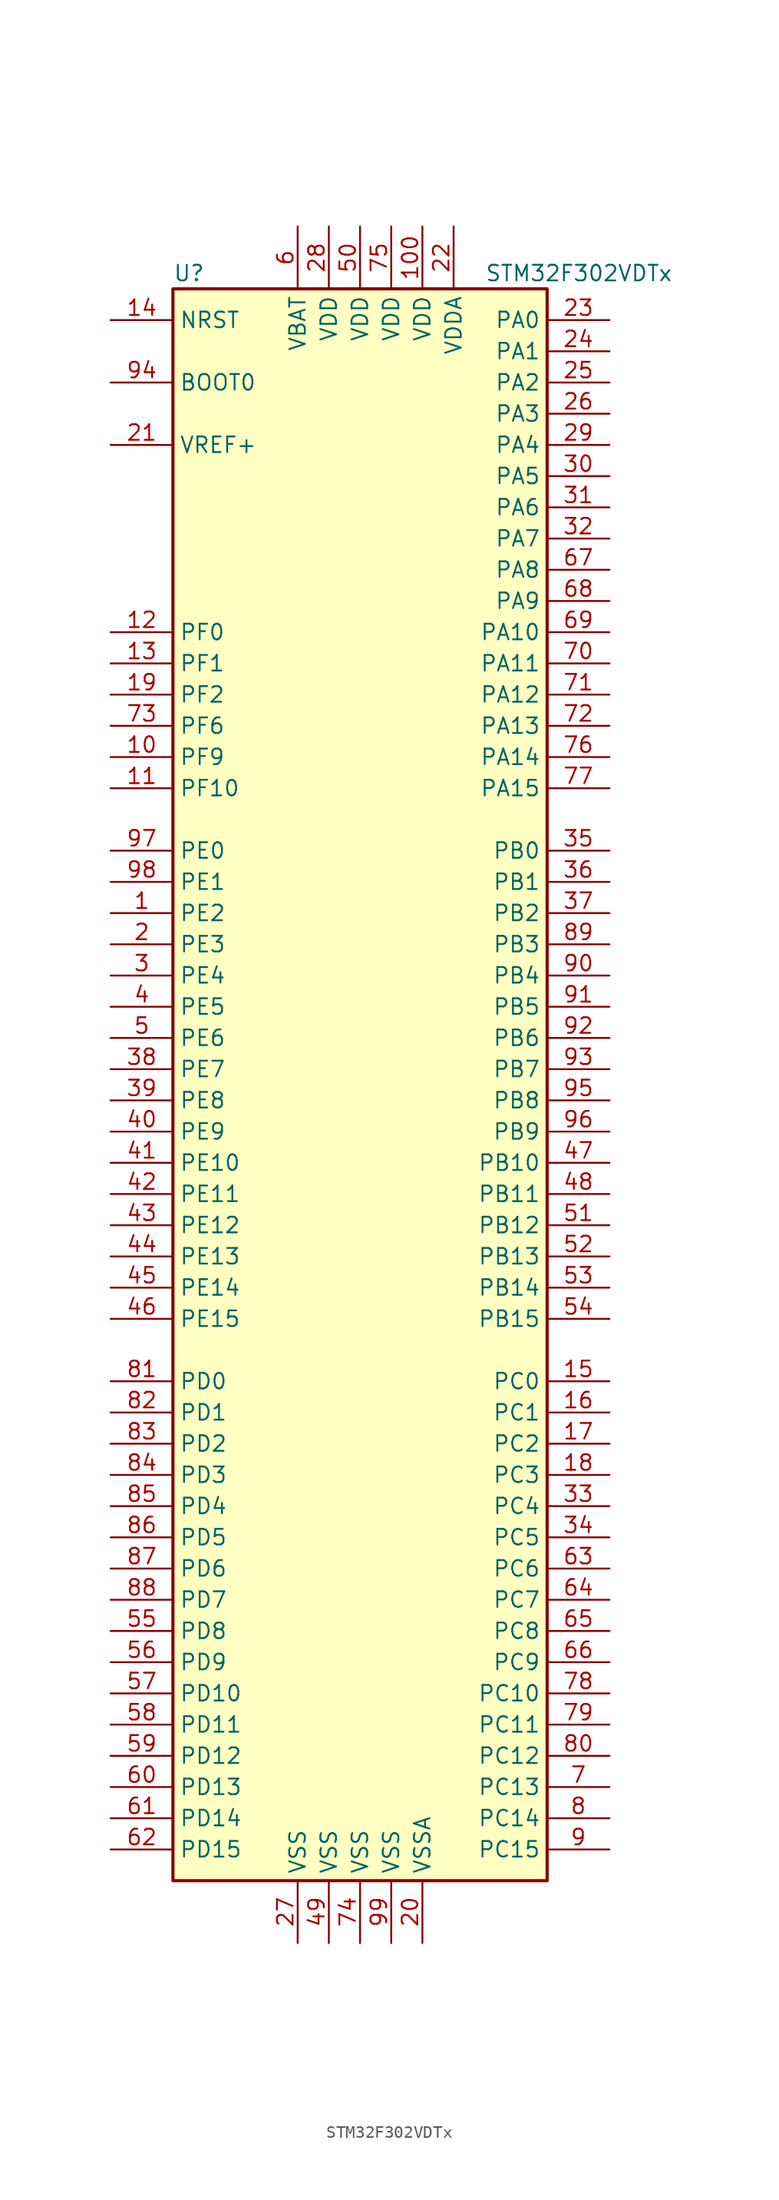
<source format=kicad_sym>
(kicad_symbol_lib
  (version 20211014)
  (generator kicad_symbol_editor)
  (symbol "STM32F302VDTx"
    (property "Reference" "U"
      (at -15.24 64.77 0)
      (effects (font (size 1.27 1.27)) (justify left)))
    (property "Value" "STM32F302VDTx"
      (at 10.16 64.77 0)
      (effects (font (size 1.27 1.27)) (justify left)))
    (symbol "STM32F302VDTx_0_1"
      (rectangle (start -15.24 -66.04) (end 15.24 63.5) (stroke (width 0.254) (type default) (color 0 0 0 0)) (fill (type background))))
    (symbol "STM32F302VDTx_1_1"
      (pin bidirectional line (at -20.32 12.7 0) (length 5.08) (name "PE2" (effects (font (size 1.27 1.27)))) (number "1" (effects (font (size 1.27 1.27)))))
      (pin bidirectional line (at -20.32 25.4 0) (length 5.08) (name "PF9" (effects (font (size 1.27 1.27)))) (number "10" (effects (font (size 1.27 1.27)))))
      (pin power_in line (at 5.08 68.58 270) (length 5.08) (name "VDD" (effects (font (size 1.27 1.27)))) (number "100" (effects (font (size 1.27 1.27)))))
      (pin bidirectional line (at -20.32 22.86 0) (length 5.08) (name "PF10" (effects (font (size 1.27 1.27)))) (number "11" (effects (font (size 1.27 1.27)))))
      (pin input line (at -20.32 35.56 0) (length 5.08) (name "PF0" (effects (font (size 1.27 1.27)))) (number "12" (effects (font (size 1.27 1.27)))))
      (pin input line (at -20.32 33.02 0) (length 5.08) (name "PF1" (effects (font (size 1.27 1.27)))) (number "13" (effects (font (size 1.27 1.27)))))
      (pin input line (at -20.32 60.96 0) (length 5.08) (name "NRST" (effects (font (size 1.27 1.27)))) (number "14" (effects (font (size 1.27 1.27)))))
      (pin bidirectional line (at 20.32 -25.4 180) (length 5.08) (name "PC0" (effects (font (size 1.27 1.27)))) (number "15" (effects (font (size 1.27 1.27)))))
      (pin bidirectional line (at 20.32 -27.94 180) (length 5.08) (name "PC1" (effects (font (size 1.27 1.27)))) (number "16" (effects (font (size 1.27 1.27)))))
      (pin bidirectional line (at 20.32 -30.48 180) (length 5.08) (name "PC2" (effects (font (size 1.27 1.27)))) (number "17" (effects (font (size 1.27 1.27)))))
      (pin bidirectional line (at 20.32 -33.02 180) (length 5.08) (name "PC3" (effects (font (size 1.27 1.27)))) (number "18" (effects (font (size 1.27 1.27)))))
      (pin bidirectional line (at -20.32 30.48 0) (length 5.08) (name "PF2" (effects (font (size 1.27 1.27)))) (number "19" (effects (font (size 1.27 1.27)))))
      (pin bidirectional line (at -20.32 10.16 0) (length 5.08) (name "PE3" (effects (font (size 1.27 1.27)))) (number "2" (effects (font (size 1.27 1.27)))))
      (pin power_in line (at 5.08 -71.12 90) (length 5.08) (name "VSSA" (effects (font (size 1.27 1.27)))) (number "20" (effects (font (size 1.27 1.27)))))
      (pin power_in line (at -20.32 50.8 0) (length 5.08) (name "VREF+" (effects (font (size 1.27 1.27)))) (number "21" (effects (font (size 1.27 1.27)))))
      (pin power_in line (at 7.62 68.58 270) (length 5.08) (name "VDDA" (effects (font (size 1.27 1.27)))) (number "22" (effects (font (size 1.27 1.27)))))
      (pin bidirectional line (at 20.32 60.96 180) (length 5.08) (name "PA0" (effects (font (size 1.27 1.27)))) (number "23" (effects (font (size 1.27 1.27)))))
      (pin bidirectional line (at 20.32 58.42 180) (length 5.08) (name "PA1" (effects (font (size 1.27 1.27)))) (number "24" (effects (font (size 1.27 1.27)))))
      (pin bidirectional line (at 20.32 55.88 180) (length 5.08) (name "PA2" (effects (font (size 1.27 1.27)))) (number "25" (effects (font (size 1.27 1.27)))))
      (pin bidirectional line (at 20.32 53.34 180) (length 5.08) (name "PA3" (effects (font (size 1.27 1.27)))) (number "26" (effects (font (size 1.27 1.27)))))
      (pin power_in line (at -5.08 -71.12 90) (length 5.08) (name "VSS" (effects (font (size 1.27 1.27)))) (number "27" (effects (font (size 1.27 1.27)))))
      (pin power_in line (at -2.54 68.58 270) (length 5.08) (name "VDD" (effects (font (size 1.27 1.27)))) (number "28" (effects (font (size 1.27 1.27)))))
      (pin bidirectional line (at 20.32 50.8 180) (length 5.08) (name "PA4" (effects (font (size 1.27 1.27)))) (number "29" (effects (font (size 1.27 1.27)))))
      (pin bidirectional line (at -20.32 7.62 0) (length 5.08) (name "PE4" (effects (font (size 1.27 1.27)))) (number "3" (effects (font (size 1.27 1.27)))))
      (pin bidirectional line (at 20.32 48.26 180) (length 5.08) (name "PA5" (effects (font (size 1.27 1.27)))) (number "30" (effects (font (size 1.27 1.27)))))
      (pin bidirectional line (at 20.32 45.72 180) (length 5.08) (name "PA6" (effects (font (size 1.27 1.27)))) (number "31" (effects (font (size 1.27 1.27)))))
      (pin bidirectional line (at 20.32 43.18 180) (length 5.08) (name "PA7" (effects (font (size 1.27 1.27)))) (number "32" (effects (font (size 1.27 1.27)))))
      (pin bidirectional line (at 20.32 -35.56 180) (length 5.08) (name "PC4" (effects (font (size 1.27 1.27)))) (number "33" (effects (font (size 1.27 1.27)))))
      (pin bidirectional line (at 20.32 -38.1 180) (length 5.08) (name "PC5" (effects (font (size 1.27 1.27)))) (number "34" (effects (font (size 1.27 1.27)))))
      (pin bidirectional line (at 20.32 17.78 180) (length 5.08) (name "PB0" (effects (font (size 1.27 1.27)))) (number "35" (effects (font (size 1.27 1.27)))))
      (pin bidirectional line (at 20.32 15.24 180) (length 5.08) (name "PB1" (effects (font (size 1.27 1.27)))) (number "36" (effects (font (size 1.27 1.27)))))
      (pin bidirectional line (at 20.32 12.7 180) (length 5.08) (name "PB2" (effects (font (size 1.27 1.27)))) (number "37" (effects (font (size 1.27 1.27)))))
      (pin bidirectional line (at -20.32 0 0) (length 5.08) (name "PE7" (effects (font (size 1.27 1.27)))) (number "38" (effects (font (size 1.27 1.27)))))
      (pin bidirectional line (at -20.32 -2.54 0) (length 5.08) (name "PE8" (effects (font (size 1.27 1.27)))) (number "39" (effects (font (size 1.27 1.27)))))
      (pin bidirectional line (at -20.32 5.08 0) (length 5.08) (name "PE5" (effects (font (size 1.27 1.27)))) (number "4" (effects (font (size 1.27 1.27)))))
      (pin bidirectional line (at -20.32 -5.08 0) (length 5.08) (name "PE9" (effects (font (size 1.27 1.27)))) (number "40" (effects (font (size 1.27 1.27)))))
      (pin bidirectional line (at -20.32 -7.62 0) (length 5.08) (name "PE10" (effects (font (size 1.27 1.27)))) (number "41" (effects (font (size 1.27 1.27)))))
      (pin bidirectional line (at -20.32 -10.16 0) (length 5.08) (name "PE11" (effects (font (size 1.27 1.27)))) (number "42" (effects (font (size 1.27 1.27)))))
      (pin bidirectional line (at -20.32 -12.7 0) (length 5.08) (name "PE12" (effects (font (size 1.27 1.27)))) (number "43" (effects (font (size 1.27 1.27)))))
      (pin bidirectional line (at -20.32 -15.24 0) (length 5.08) (name "PE13" (effects (font (size 1.27 1.27)))) (number "44" (effects (font (size 1.27 1.27)))))
      (pin bidirectional line (at -20.32 -17.78 0) (length 5.08) (name "PE14" (effects (font (size 1.27 1.27)))) (number "45" (effects (font (size 1.27 1.27)))))
      (pin bidirectional line (at -20.32 -20.32 0) (length 5.08) (name "PE15" (effects (font (size 1.27 1.27)))) (number "46" (effects (font (size 1.27 1.27)))))
      (pin bidirectional line (at 20.32 -7.62 180) (length 5.08) (name "PB10" (effects (font (size 1.27 1.27)))) (number "47" (effects (font (size 1.27 1.27)))))
      (pin bidirectional line (at 20.32 -10.16 180) (length 5.08) (name "PB11" (effects (font (size 1.27 1.27)))) (number "48" (effects (font (size 1.27 1.27)))))
      (pin power_in line (at -2.54 -71.12 90) (length 5.08) (name "VSS" (effects (font (size 1.27 1.27)))) (number "49" (effects (font (size 1.27 1.27)))))
      (pin bidirectional line (at -20.32 2.54 0) (length 5.08) (name "PE6" (effects (font (size 1.27 1.27)))) (number "5" (effects (font (size 1.27 1.27)))))
      (pin power_in line (at 0 68.58 270) (length 5.08) (name "VDD" (effects (font (size 1.27 1.27)))) (number "50" (effects (font (size 1.27 1.27)))))
      (pin bidirectional line (at 20.32 -12.7 180) (length 5.08) (name "PB12" (effects (font (size 1.27 1.27)))) (number "51" (effects (font (size 1.27 1.27)))))
      (pin bidirectional line (at 20.32 -15.24 180) (length 5.08) (name "PB13" (effects (font (size 1.27 1.27)))) (number "52" (effects (font (size 1.27 1.27)))))
      (pin bidirectional line (at 20.32 -17.78 180) (length 5.08) (name "PB14" (effects (font (size 1.27 1.27)))) (number "53" (effects (font (size 1.27 1.27)))))
      (pin bidirectional line (at 20.32 -20.32 180) (length 5.08) (name "PB15" (effects (font (size 1.27 1.27)))) (number "54" (effects (font (size 1.27 1.27)))))
      (pin bidirectional line (at -20.32 -45.72 0) (length 5.08) (name "PD8" (effects (font (size 1.27 1.27)))) (number "55" (effects (font (size 1.27 1.27)))))
      (pin bidirectional line (at -20.32 -48.26 0) (length 5.08) (name "PD9" (effects (font (size 1.27 1.27)))) (number "56" (effects (font (size 1.27 1.27)))))
      (pin bidirectional line (at -20.32 -50.8 0) (length 5.08) (name "PD10" (effects (font (size 1.27 1.27)))) (number "57" (effects (font (size 1.27 1.27)))))
      (pin bidirectional line (at -20.32 -53.34 0) (length 5.08) (name "PD11" (effects (font (size 1.27 1.27)))) (number "58" (effects (font (size 1.27 1.27)))))
      (pin bidirectional line (at -20.32 -55.88 0) (length 5.08) (name "PD12" (effects (font (size 1.27 1.27)))) (number "59" (effects (font (size 1.27 1.27)))))
      (pin power_in line (at -5.08 68.58 270) (length 5.08) (name "VBAT" (effects (font (size 1.27 1.27)))) (number "6" (effects (font (size 1.27 1.27)))))
      (pin bidirectional line (at -20.32 -58.42 0) (length 5.08) (name "PD13" (effects (font (size 1.27 1.27)))) (number "60" (effects (font (size 1.27 1.27)))))
      (pin bidirectional line (at -20.32 -60.96 0) (length 5.08) (name "PD14" (effects (font (size 1.27 1.27)))) (number "61" (effects (font (size 1.27 1.27)))))
      (pin bidirectional line (at -20.32 -63.5 0) (length 5.08) (name "PD15" (effects (font (size 1.27 1.27)))) (number "62" (effects (font (size 1.27 1.27)))))
      (pin bidirectional line (at 20.32 -40.64 180) (length 5.08) (name "PC6" (effects (font (size 1.27 1.27)))) (number "63" (effects (font (size 1.27 1.27)))))
      (pin bidirectional line (at 20.32 -43.18 180) (length 5.08) (name "PC7" (effects (font (size 1.27 1.27)))) (number "64" (effects (font (size 1.27 1.27)))))
      (pin bidirectional line (at 20.32 -45.72 180) (length 5.08) (name "PC8" (effects (font (size 1.27 1.27)))) (number "65" (effects (font (size 1.27 1.27)))))
      (pin bidirectional line (at 20.32 -48.26 180) (length 5.08) (name "PC9" (effects (font (size 1.27 1.27)))) (number "66" (effects (font (size 1.27 1.27)))))
      (pin bidirectional line (at 20.32 40.64 180) (length 5.08) (name "PA8" (effects (font (size 1.27 1.27)))) (number "67" (effects (font (size 1.27 1.27)))))
      (pin bidirectional line (at 20.32 38.1 180) (length 5.08) (name "PA9" (effects (font (size 1.27 1.27)))) (number "68" (effects (font (size 1.27 1.27)))))
      (pin bidirectional line (at 20.32 35.56 180) (length 5.08) (name "PA10" (effects (font (size 1.27 1.27)))) (number "69" (effects (font (size 1.27 1.27)))))
      (pin bidirectional line (at 20.32 -58.42 180) (length 5.08) (name "PC13" (effects (font (size 1.27 1.27)))) (number "7" (effects (font (size 1.27 1.27)))))
      (pin bidirectional line (at 20.32 33.02 180) (length 5.08) (name "PA11" (effects (font (size 1.27 1.27)))) (number "70" (effects (font (size 1.27 1.27)))))
      (pin bidirectional line (at 20.32 30.48 180) (length 5.08) (name "PA12" (effects (font (size 1.27 1.27)))) (number "71" (effects (font (size 1.27 1.27)))))
      (pin bidirectional line (at 20.32 27.94 180) (length 5.08) (name "PA13" (effects (font (size 1.27 1.27)))) (number "72" (effects (font (size 1.27 1.27)))))
      (pin bidirectional line (at -20.32 27.94 0) (length 5.08) (name "PF6" (effects (font (size 1.27 1.27)))) (number "73" (effects (font (size 1.27 1.27)))))
      (pin power_in line (at 0 -71.12 90) (length 5.08) (name "VSS" (effects (font (size 1.27 1.27)))) (number "74" (effects (font (size 1.27 1.27)))))
      (pin power_in line (at 2.54 68.58 270) (length 5.08) (name "VDD" (effects (font (size 1.27 1.27)))) (number "75" (effects (font (size 1.27 1.27)))))
      (pin bidirectional line (at 20.32 25.4 180) (length 5.08) (name "PA14" (effects (font (size 1.27 1.27)))) (number "76" (effects (font (size 1.27 1.27)))))
      (pin bidirectional line (at 20.32 22.86 180) (length 5.08) (name "PA15" (effects (font (size 1.27 1.27)))) (number "77" (effects (font (size 1.27 1.27)))))
      (pin bidirectional line (at 20.32 -50.8 180) (length 5.08) (name "PC10" (effects (font (size 1.27 1.27)))) (number "78" (effects (font (size 1.27 1.27)))))
      (pin bidirectional line (at 20.32 -53.34 180) (length 5.08) (name "PC11" (effects (font (size 1.27 1.27)))) (number "79" (effects (font (size 1.27 1.27)))))
      (pin bidirectional line (at 20.32 -60.96 180) (length 5.08) (name "PC14" (effects (font (size 1.27 1.27)))) (number "8" (effects (font (size 1.27 1.27)))))
      (pin bidirectional line (at 20.32 -55.88 180) (length 5.08) (name "PC12" (effects (font (size 1.27 1.27)))) (number "80" (effects (font (size 1.27 1.27)))))
      (pin bidirectional line (at -20.32 -25.4 0) (length 5.08) (name "PD0" (effects (font (size 1.27 1.27)))) (number "81" (effects (font (size 1.27 1.27)))))
      (pin bidirectional line (at -20.32 -27.94 0) (length 5.08) (name "PD1" (effects (font (size 1.27 1.27)))) (number "82" (effects (font (size 1.27 1.27)))))
      (pin bidirectional line (at -20.32 -30.48 0) (length 5.08) (name "PD2" (effects (font (size 1.27 1.27)))) (number "83" (effects (font (size 1.27 1.27)))))
      (pin bidirectional line (at -20.32 -33.02 0) (length 5.08) (name "PD3" (effects (font (size 1.27 1.27)))) (number "84" (effects (font (size 1.27 1.27)))))
      (pin bidirectional line (at -20.32 -35.56 0) (length 5.08) (name "PD4" (effects (font (size 1.27 1.27)))) (number "85" (effects (font (size 1.27 1.27)))))
      (pin bidirectional line (at -20.32 -38.1 0) (length 5.08) (name "PD5" (effects (font (size 1.27 1.27)))) (number "86" (effects (font (size 1.27 1.27)))))
      (pin bidirectional line (at -20.32 -40.64 0) (length 5.08) (name "PD6" (effects (font (size 1.27 1.27)))) (number "87" (effects (font (size 1.27 1.27)))))
      (pin bidirectional line (at -20.32 -43.18 0) (length 5.08) (name "PD7" (effects (font (size 1.27 1.27)))) (number "88" (effects (font (size 1.27 1.27)))))
      (pin bidirectional line (at 20.32 10.16 180) (length 5.08) (name "PB3" (effects (font (size 1.27 1.27)))) (number "89" (effects (font (size 1.27 1.27)))))
      (pin bidirectional line (at 20.32 -63.5 180) (length 5.08) (name "PC15" (effects (font (size 1.27 1.27)))) (number "9" (effects (font (size 1.27 1.27)))))
      (pin bidirectional line (at 20.32 7.62 180) (length 5.08) (name "PB4" (effects (font (size 1.27 1.27)))) (number "90" (effects (font (size 1.27 1.27)))))
      (pin bidirectional line (at 20.32 5.08 180) (length 5.08) (name "PB5" (effects (font (size 1.27 1.27)))) (number "91" (effects (font (size 1.27 1.27)))))
      (pin bidirectional line (at 20.32 2.54 180) (length 5.08) (name "PB6" (effects (font (size 1.27 1.27)))) (number "92" (effects (font (size 1.27 1.27)))))
      (pin bidirectional line (at 20.32 0 180) (length 5.08) (name "PB7" (effects (font (size 1.27 1.27)))) (number "93" (effects (font (size 1.27 1.27)))))
      (pin input line (at -20.32 55.88 0) (length 5.08) (name "BOOT0" (effects (font (size 1.27 1.27)))) (number "94" (effects (font (size 1.27 1.27)))))
      (pin bidirectional line (at 20.32 -2.54 180) (length 5.08) (name "PB8" (effects (font (size 1.27 1.27)))) (number "95" (effects (font (size 1.27 1.27)))))
      (pin bidirectional line (at 20.32 -5.08 180) (length 5.08) (name "PB9" (effects (font (size 1.27 1.27)))) (number "96" (effects (font (size 1.27 1.27)))))
      (pin bidirectional line (at -20.32 17.78 0) (length 5.08) (name "PE0" (effects (font (size 1.27 1.27)))) (number "97" (effects (font (size 1.27 1.27)))))
      (pin bidirectional line (at -20.32 15.24 0) (length 5.08) (name "PE1" (effects (font (size 1.27 1.27)))) (number "98" (effects (font (size 1.27 1.27)))))
      (pin power_in line (at 2.54 -71.12 90) (length 5.08) (name "VSS" (effects (font (size 1.27 1.27)))) (number "99" (effects (font (size 1.27 1.27))))))))
</source>
